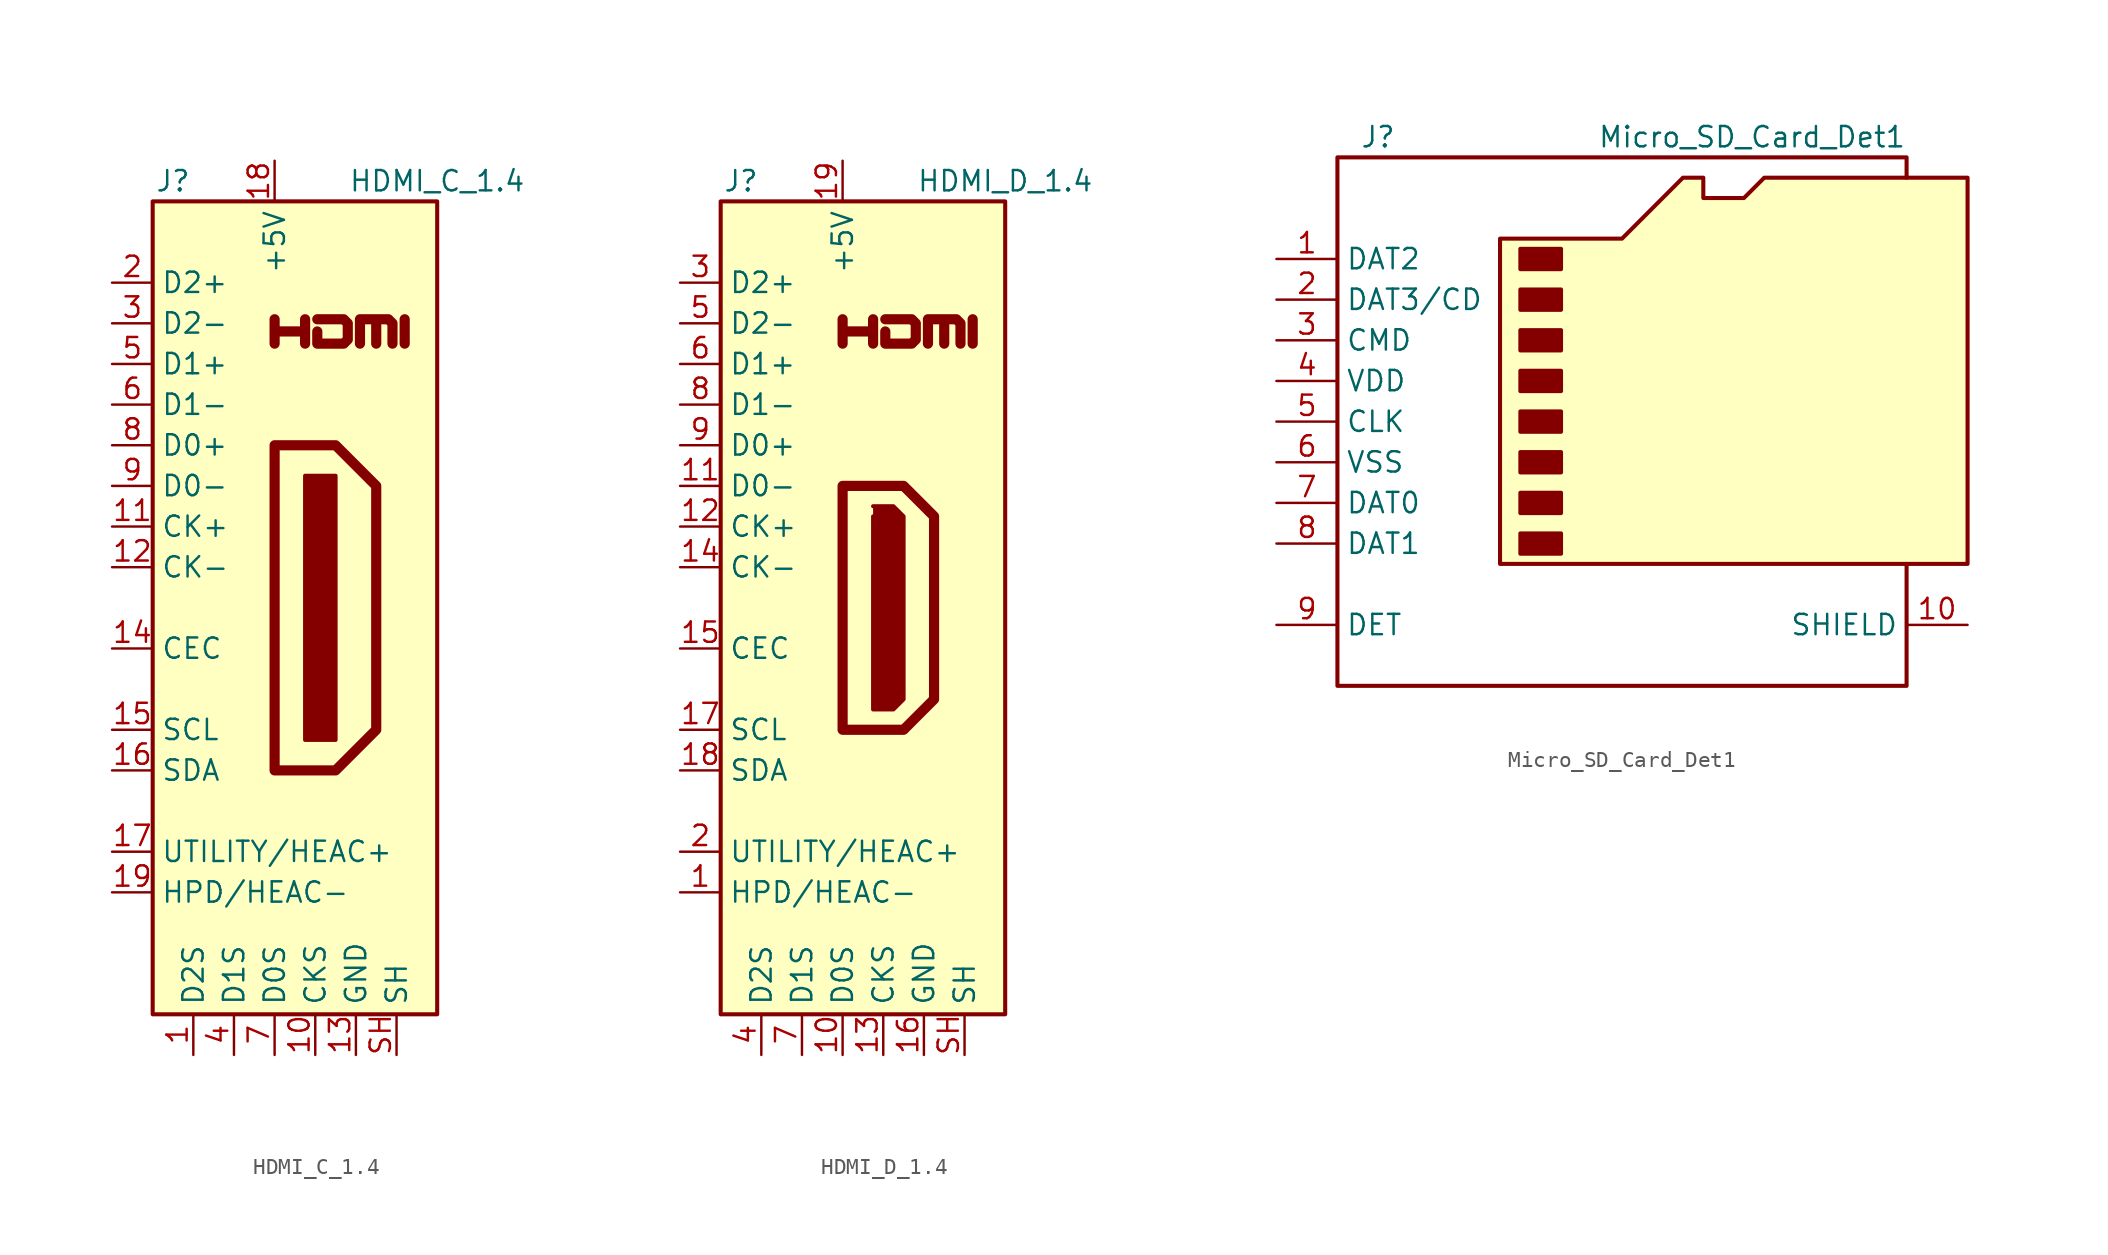
<source format=kicad_sym>
(kicad_symbol_lib
  (version 20241209)
  (generator "kicad_symbol_editor")
  (generator_version "9.0")
  (symbol "HDMI_C_1.4"
    (property "Reference" "J"
      (at -6.35 26.67 0)
      (effects (font (size 1.27 1.27))))
    (property "Value" "HDMI_C_1.4"
      (at 10.16 26.67 0)
      (effects (font (size 1.27 1.27))))
    (symbol "HDMI_C_1.4_0_0"
      (polyline (pts (xy 0 16.51) (xy 0 18.034) (xy 0 17.272) (xy 1.905 17.272) (xy 1.905 18.034) (xy 1.905 16.51)) (stroke (width 0.635) (type default)) (fill (type none)))
      (polyline (pts (xy 2.667 18.034) (xy 4.318 18.034) (xy 4.572 17.78) (xy 4.572 16.764) (xy 4.318 16.51) (xy 2.667 16.51) (xy 2.667 17.272)) (stroke (width 0.635) (type default)) (fill (type none)))
      (polyline (pts (xy 8.128 16.51) (xy 8.128 18.034)) (stroke (width 0.635) (type default)) (fill (type none))))
    (symbol "HDMI_C_1.4_0_1"
      (rectangle (start -7.62 25.4) (end 10.16 -25.4) (stroke (width 0.254) (type default)) (fill (type background)))
      (polyline (pts (xy 0 10.16) (xy 3.81 10.16) (xy 6.35 7.62) (xy 6.35 -7.62) (xy 3.81 -10.16) (xy 0 -10.16) (xy 0 10.16)) (stroke (width 0.635) (type default)) (fill (type none)))
      (rectangle (start 1.905 8.255) (end 3.81 -8.255) (stroke (width 0.254) (type default)) (fill (type outline)))
      (polyline (pts (xy 5.334 16.51) (xy 5.334 18.034) (xy 6.35 18.034) (xy 6.35 16.51) (xy 6.35 18.034) (xy 7.112 18.034) (xy 7.366 17.78) (xy 7.366 16.51)) (stroke (width 0.635) (type default)) (fill (type none))))
    (symbol "HDMI_C_1.4_1_1"
      (pin passive line (at -10.16 20.32 0) (length 2.54) (name "D2+" (effects (font (size 1.27 1.27)))) (number "2" (effects (font (size 1.27 1.27)))))
      (pin passive line (at -10.16 17.78 0) (length 2.54) (name "D2-" (effects (font (size 1.27 1.27)))) (number "3" (effects (font (size 1.27 1.27)))))
      (pin passive line (at -10.16 15.24 0) (length 2.54) (name "D1+" (effects (font (size 1.27 1.27)))) (number "5" (effects (font (size 1.27 1.27)))))
      (pin passive line (at -10.16 12.7 0) (length 2.54) (name "D1-" (effects (font (size 1.27 1.27)))) (number "6" (effects (font (size 1.27 1.27)))))
      (pin passive line (at -10.16 10.16 0) (length 2.54) (name "D0+" (effects (font (size 1.27 1.27)))) (number "8" (effects (font (size 1.27 1.27)))))
      (pin passive line (at -10.16 7.62 0) (length 2.54) (name "D0-" (effects (font (size 1.27 1.27)))) (number "9" (effects (font (size 1.27 1.27)))))
      (pin passive line (at -10.16 5.08 0) (length 2.54) (name "CK+" (effects (font (size 1.27 1.27)))) (number "11" (effects (font (size 1.27 1.27)))))
      (pin passive line (at -10.16 2.54 0) (length 2.54) (name "CK-" (effects (font (size 1.27 1.27)))) (number "12" (effects (font (size 1.27 1.27)))))
      (pin bidirectional line (at -10.16 -2.54 0) (length 2.54) (name "CEC" (effects (font (size 1.27 1.27)))) (number "14" (effects (font (size 1.27 1.27)))))
      (pin passive line (at -10.16 -7.62 0) (length 2.54) (name "SCL" (effects (font (size 1.27 1.27)))) (number "15" (effects (font (size 1.27 1.27)))))
      (pin bidirectional line (at -10.16 -10.16 0) (length 2.54) (name "SDA" (effects (font (size 1.27 1.27)))) (number "16" (effects (font (size 1.27 1.27)))))
      (pin passive line (at -10.16 -15.24 0) (length 2.54) (name "UTILITY/HEAC+" (effects (font (size 1.27 1.27)))) (number "17" (effects (font (size 1.27 1.27)))))
      (pin passive line (at -10.16 -17.78 0) (length 2.54) (name "HPD/HEAC-" (effects (font (size 1.27 1.27)))) (number "19" (effects (font (size 1.27 1.27)))))
      (pin power_in line (at -5.08 -27.94 90) (length 2.54) (name "D2S" (effects (font (size 1.27 1.27)))) (number "1" (effects (font (size 1.27 1.27)))))
      (pin power_in line (at -2.54 -27.94 90) (length 2.54) (name "D1S" (effects (font (size 1.27 1.27)))) (number "4" (effects (font (size 1.27 1.27)))))
      (pin power_in line (at 0 27.94 270) (length 2.54) (name "+5V" (effects (font (size 1.27 1.27)))) (number "18" (effects (font (size 1.27 1.27)))))
      (pin power_in line (at 0 -27.94 90) (length 2.54) (name "D0S" (effects (font (size 1.27 1.27)))) (number "7" (effects (font (size 1.27 1.27)))))
      (pin power_in line (at 2.54 -27.94 90) (length 2.54) (name "CKS" (effects (font (size 1.27 1.27)))) (number "10" (effects (font (size 1.27 1.27)))))
      (pin power_in line (at 5.08 -27.94 90) (length 2.54) (name "GND" (effects (font (size 1.27 1.27)))) (number "13" (effects (font (size 1.27 1.27)))))
      (pin passive line (at 7.62 -27.94 90) (length 2.54) (name "SH" (effects (font (size 1.27 1.27)))) (number "SH" (effects (font (size 1.27 1.27)))))))
  (symbol "HDMI_D_1.4"
    (property "Reference" "J"
      (at -6.35 26.67 0)
      (effects (font (size 1.27 1.27))))
    (property "Value" "HDMI_D_1.4"
      (at 10.16 26.67 0)
      (effects (font (size 1.27 1.27))))
    (symbol "HDMI_D_1.4_0_0"
      (polyline (pts (xy 0 16.51) (xy 0 18.034) (xy 0 17.272) (xy 1.905 17.272) (xy 1.905 18.034) (xy 1.905 16.51)) (stroke (width 0.635) (type default)) (fill (type none)))
      (polyline (pts (xy 2.667 18.034) (xy 4.318 18.034) (xy 4.572 17.78) (xy 4.572 16.764) (xy 4.318 16.51) (xy 2.667 16.51) (xy 2.667 17.272)) (stroke (width 0.635) (type default)) (fill (type none)))
      (polyline (pts (xy 8.128 16.51) (xy 8.128 18.034)) (stroke (width 0.635) (type default)) (fill (type none))))
    (symbol "HDMI_D_1.4_0_1"
      (rectangle (start -7.62 25.4) (end 10.16 -25.4) (stroke (width 0.254) (type default)) (fill (type background)))
      (polyline (pts (xy 0 7.62) (xy 3.81 7.62) (xy 5.715 5.715) (xy 5.715 -5.715) (xy 3.81 -7.62) (xy 0 -7.62) (xy 0 7.62)) (stroke (width 0.635) (type default)) (fill (type none)))
      (polyline (pts (xy 1.905 6.35) (xy 3.175 6.35) (xy 3.81 5.715) (xy 3.81 -5.715) (xy 3.175 -6.35) (xy 1.905 -6.35) (xy 1.905 5.715)) (stroke (width 0.254) (type default)) (fill (type outline)))
      (polyline (pts (xy 5.334 16.51) (xy 5.334 18.034) (xy 6.35 18.034) (xy 6.35 16.51) (xy 6.35 18.034) (xy 7.112 18.034) (xy 7.366 17.78) (xy 7.366 16.51)) (stroke (width 0.635) (type default)) (fill (type none))))
    (symbol "HDMI_D_1.4_1_1"
      (pin passive line (at -10.16 20.32 0) (length 2.54) (name "D2+" (effects (font (size 1.27 1.27)))) (number "3" (effects (font (size 1.27 1.27)))))
      (pin passive line (at -10.16 17.78 0) (length 2.54) (name "D2-" (effects (font (size 1.27 1.27)))) (number "5" (effects (font (size 1.27 1.27)))))
      (pin passive line (at -10.16 15.24 0) (length 2.54) (name "D1+" (effects (font (size 1.27 1.27)))) (number "6" (effects (font (size 1.27 1.27)))))
      (pin passive line (at -10.16 12.7 0) (length 2.54) (name "D1-" (effects (font (size 1.27 1.27)))) (number "8" (effects (font (size 1.27 1.27)))))
      (pin passive line (at -10.16 10.16 0) (length 2.54) (name "D0+" (effects (font (size 1.27 1.27)))) (number "9" (effects (font (size 1.27 1.27)))))
      (pin passive line (at -10.16 7.62 0) (length 2.54) (name "D0-" (effects (font (size 1.27 1.27)))) (number "11" (effects (font (size 1.27 1.27)))))
      (pin passive line (at -10.16 5.08 0) (length 2.54) (name "CK+" (effects (font (size 1.27 1.27)))) (number "12" (effects (font (size 1.27 1.27)))))
      (pin passive line (at -10.16 2.54 0) (length 2.54) (name "CK-" (effects (font (size 1.27 1.27)))) (number "14" (effects (font (size 1.27 1.27)))))
      (pin bidirectional line (at -10.16 -2.54 0) (length 2.54) (name "CEC" (effects (font (size 1.27 1.27)))) (number "15" (effects (font (size 1.27 1.27)))))
      (pin passive line (at -10.16 -7.62 0) (length 2.54) (name "SCL" (effects (font (size 1.27 1.27)))) (number "17" (effects (font (size 1.27 1.27)))))
      (pin bidirectional line (at -10.16 -10.16 0) (length 2.54) (name "SDA" (effects (font (size 1.27 1.27)))) (number "18" (effects (font (size 1.27 1.27)))))
      (pin passive line (at -10.16 -15.24 0) (length 2.54) (name "UTILITY/HEAC+" (effects (font (size 1.27 1.27)))) (number "2" (effects (font (size 1.27 1.27)))))
      (pin passive line (at -10.16 -17.78 0) (length 2.54) (name "HPD/HEAC-" (effects (font (size 1.27 1.27)))) (number "1" (effects (font (size 1.27 1.27)))))
      (pin power_in line (at -5.08 -27.94 90) (length 2.54) (name "D2S" (effects (font (size 1.27 1.27)))) (number "4" (effects (font (size 1.27 1.27)))))
      (pin power_in line (at -2.54 -27.94 90) (length 2.54) (name "D1S" (effects (font (size 1.27 1.27)))) (number "7" (effects (font (size 1.27 1.27)))))
      (pin power_in line (at 0 27.94 270) (length 2.54) (name "+5V" (effects (font (size 1.27 1.27)))) (number "19" (effects (font (size 1.27 1.27)))))
      (pin power_in line (at 0 -27.94 90) (length 2.54) (name "D0S" (effects (font (size 1.27 1.27)))) (number "10" (effects (font (size 1.27 1.27)))))
      (pin power_in line (at 2.54 -27.94 90) (length 2.54) (name "CKS" (effects (font (size 1.27 1.27)))) (number "13" (effects (font (size 1.27 1.27)))))
      (pin power_in line (at 5.08 -27.94 90) (length 2.54) (name "GND" (effects (font (size 1.27 1.27)))) (number "16" (effects (font (size 1.27 1.27)))))
      (pin passive line (at 7.62 -27.94 90) (length 2.54) (name "SH" (effects (font (size 1.27 1.27)))) (number "SH" (effects (font (size 1.27 1.27)))))))
  (symbol "Micro_SD_Card_Det1"
    (property "Reference" "J"
      (at -16.51 17.78 0)
      (effects (font (size 1.27 1.27))))
    (property "Value" "Micro_SD_Card_Det1"
      (at 16.51 17.78 0)
      (effects (font (size 1.27 1.27)) (justify right)))
    (symbol "Micro_SD_Card_Det1_0_1"
      (polyline (pts (xy -8.89 -8.89) (xy -8.89 11.43) (xy -1.27 11.43) (xy 2.54 15.24) (xy 3.81 15.24) (xy 3.81 13.97) (xy 6.35 13.97) (xy 7.62 15.24) (xy 20.32 15.24) (xy 20.32 -8.89) (xy -8.89 -8.89)) (stroke (width 0.254) (type default)) (fill (type background)))
      (rectangle (start -7.62 10.795) (end -5.08 9.525) (stroke (width 0.254) (type default)) (fill (type outline)))
      (rectangle (start -7.62 8.255) (end -5.08 6.985) (stroke (width 0.254) (type default)) (fill (type outline)))
      (rectangle (start -7.62 5.715) (end -5.08 4.445) (stroke (width 0.254) (type default)) (fill (type outline)))
      (rectangle (start -7.62 3.175) (end -5.08 1.905) (stroke (width 0.254) (type default)) (fill (type outline)))
      (rectangle (start -7.62 0.635) (end -5.08 -0.635) (stroke (width 0.254) (type default)) (fill (type outline)))
      (rectangle (start -7.62 -1.905) (end -5.08 -3.175) (stroke (width 0.254) (type default)) (fill (type outline)))
      (rectangle (start -7.62 -4.445) (end -5.08 -5.715) (stroke (width 0.254) (type default)) (fill (type outline)))
      (rectangle (start -7.62 -6.985) (end -5.08 -8.255) (stroke (width 0.254) (type default)) (fill (type outline)))
      (polyline (pts (xy 16.51 15.24) (xy 16.51 16.51) (xy -19.05 16.51) (xy -19.05 -16.51) (xy 16.51 -16.51) (xy 16.51 -8.89)) (stroke (width 0.254) (type default)) (fill (type none))))
    (symbol "Micro_SD_Card_Det1_1_1"
      (pin bidirectional line (at -22.86 10.16 0) (length 3.81) (name "DAT2" (effects (font (size 1.27 1.27)))) (number "1" (effects (font (size 1.27 1.27)))))
      (pin bidirectional line (at -22.86 7.62 0) (length 3.81) (name "DAT3/CD" (effects (font (size 1.27 1.27)))) (number "2" (effects (font (size 1.27 1.27)))))
      (pin input line (at -22.86 5.08 0) (length 3.81) (name "CMD" (effects (font (size 1.27 1.27)))) (number "3" (effects (font (size 1.27 1.27)))))
      (pin power_in line (at -22.86 2.54 0) (length 3.81) (name "VDD" (effects (font (size 1.27 1.27)))) (number "4" (effects (font (size 1.27 1.27)))))
      (pin input line (at -22.86 0 0) (length 3.81) (name "CLK" (effects (font (size 1.27 1.27)))) (number "5" (effects (font (size 1.27 1.27)))))
      (pin power_in line (at -22.86 -2.54 0) (length 3.81) (name "VSS" (effects (font (size 1.27 1.27)))) (number "6" (effects (font (size 1.27 1.27)))))
      (pin bidirectional line (at -22.86 -5.08 0) (length 3.81) (name "DAT0" (effects (font (size 1.27 1.27)))) (number "7" (effects (font (size 1.27 1.27)))))
      (pin bidirectional line (at -22.86 -7.62 0) (length 3.81) (name "DAT1" (effects (font (size 1.27 1.27)))) (number "8" (effects (font (size 1.27 1.27)))))
      (pin passive line (at -22.86 -12.7 0) (length 3.81) (name "DET" (effects (font (size 1.27 1.27)))) (number "9" (effects (font (size 1.27 1.27)))))
      (pin passive line (at 20.32 -12.7 180) (length 3.81) (name "SHIELD" (effects (font (size 1.27 1.27)))) (number "10" (effects (font (size 1.27 1.27))))))))
</source>
